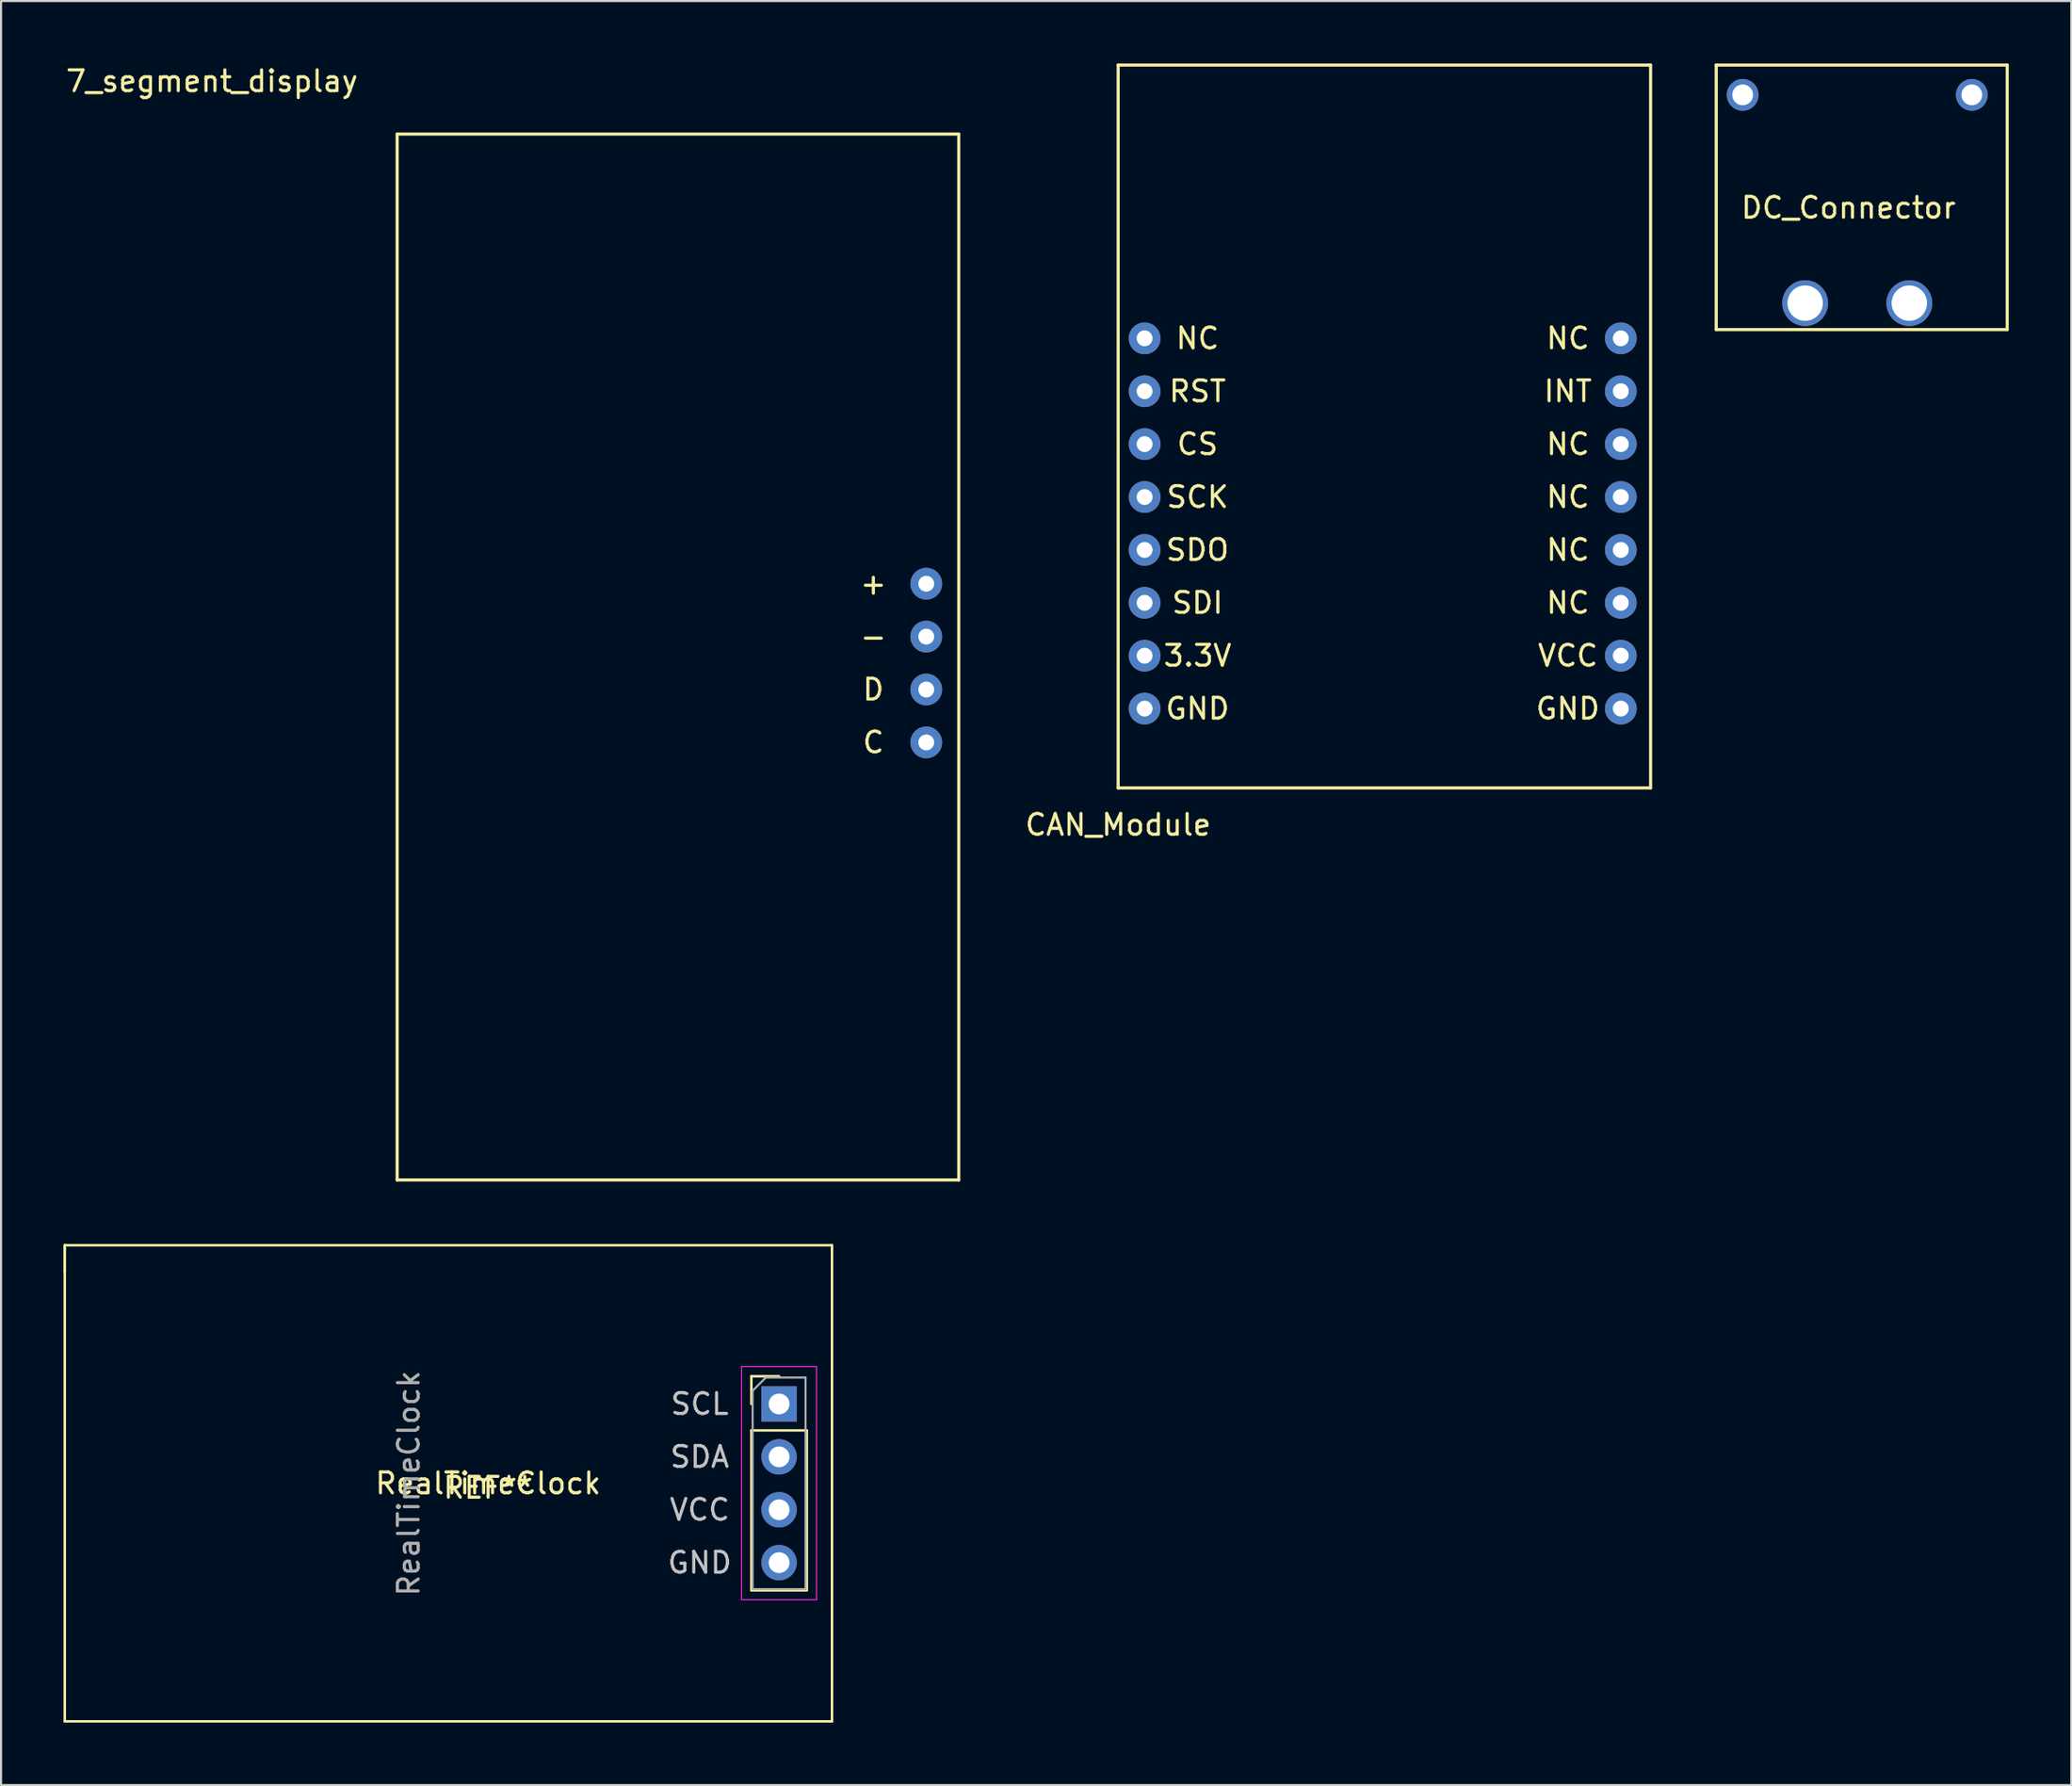
<source format=kicad_pcb>
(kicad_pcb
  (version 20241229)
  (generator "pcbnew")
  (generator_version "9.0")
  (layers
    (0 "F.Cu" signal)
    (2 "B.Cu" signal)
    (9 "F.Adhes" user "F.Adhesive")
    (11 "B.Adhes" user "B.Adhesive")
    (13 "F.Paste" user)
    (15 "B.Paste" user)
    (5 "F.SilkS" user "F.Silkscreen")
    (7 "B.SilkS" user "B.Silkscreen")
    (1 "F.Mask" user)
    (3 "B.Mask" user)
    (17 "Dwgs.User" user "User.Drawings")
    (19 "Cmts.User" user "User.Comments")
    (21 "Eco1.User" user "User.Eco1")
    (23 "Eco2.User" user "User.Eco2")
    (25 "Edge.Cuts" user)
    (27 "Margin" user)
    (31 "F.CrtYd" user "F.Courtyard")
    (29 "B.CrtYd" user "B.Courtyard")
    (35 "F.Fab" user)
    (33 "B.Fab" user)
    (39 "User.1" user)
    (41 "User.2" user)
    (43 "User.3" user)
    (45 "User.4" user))
  (footprint "7_segment_display"
    (layer "F.Cu")
    (at 16.015 3.388)
    (property "Reference" "7_segment_display" (at -8.89 -2.54 0) (layer "F.SilkS") (effects (font (size 1 1) (thickness 0.15))))
    (attr through_hole)
    (fp_line (start 0 0) (end 0 50.22) (stroke (width 0.15) (type solid)) (layer "F.SilkS"))
    (fp_line (start 0 0) (end 26.96 0) (stroke (width 0.15) (type solid)) (layer "F.SilkS"))
    (fp_line (start 0 50.22) (end 26.96 50.22) (stroke (width 0.15) (type solid)) (layer "F.SilkS"))
    (fp_line (start 26.96 0) (end 26.96 50.22) (stroke (width 0.15) (type solid)) (layer "F.SilkS"))
    (fp_text user "-" (at 22.86 24.13 0) (layer "F.SilkS") (effects (font (size 1 1) (thickness 0.15))))
    (fp_text user "D" (at 22.86 26.67 0) (layer "F.SilkS") (effects (font (size 1 1) (thickness 0.15))))
    (fp_text user "+" (at 22.86 21.59 0) (layer "F.SilkS") (effects (font (size 1 1) (thickness 0.15))))
    (fp_text user "C" (at 22.86 29.21 0) (layer "F.SilkS") (effects (font (size 1 1) (thickness 0.15))))
    (pad "1" thru_hole circle (at 25.4 21.59) (size 1.524 1.524) (drill 0.762) (layers "*.Cu" "*.Mask"))
    (pad "12" thru_hole circle (at 25.4 24.13) (size 1.524 1.524) (drill 0.762) (layers "*.Cu" "*.Mask"))
    (pad "13" thru_hole circle (at 25.4 26.67) (size 1.524 1.524) (drill 0.762) (layers "*.Cu" "*.Mask"))
    (pad "14" thru_hole circle (at 25.4 29.21) (size 1.524 1.524) (drill 0.762) (layers "*.Cu" "*.Mask")))
  (footprint "RealTimeClock"
    (layer "F.Cu")
    (at 34.35 68.173)
    (property "Reference" "RealTimeClock" (at -13.97 0 0) (layer "F.SilkS") (effects (font (size 1 1) (thickness 0.15))))
    (attr through_hole)
    (fp_line (start -34.29 -11.43) (end -34.29 -10.16) (stroke (width 0.12) (type solid)) (layer "F.SilkS"))
    (fp_line (start -34.29 -11.43) (end 2.54 -11.43) (stroke (width 0.12) (type solid)) (layer "F.SilkS"))
    (fp_line (start -34.29 -10.16) (end -34.29 -11.43) (stroke (width 0.12) (type solid)) (layer "F.SilkS"))
    (fp_line (start -34.29 11.43) (end -34.29 -10.16) (stroke (width 0.12) (type solid)) (layer "F.SilkS"))
    (fp_line (start -1.33 -5.14) (end 0 -5.14) (stroke (width 0.12) (type solid)) (layer "F.SilkS"))
    (fp_line (start -1.33 -3.81) (end -1.33 -5.14) (stroke (width 0.12) (type solid)) (layer "F.SilkS"))
    (fp_line (start -1.33 -2.54) (end -1.33 5.14) (stroke (width 0.12) (type solid)) (layer "F.SilkS"))
    (fp_line (start -1.33 -2.54) (end 1.33 -2.54) (stroke (width 0.12) (type solid)) (layer "F.SilkS"))
    (fp_line (start -1.33 5.14) (end 1.33 5.14) (stroke (width 0.12) (type solid)) (layer "F.SilkS"))
    (fp_line (start 1.33 -2.54) (end 1.33 5.14) (stroke (width 0.12) (type solid)) (layer "F.SilkS"))
    (fp_line (start 2.54 -11.43) (end 2.54 11.43) (stroke (width 0.12) (type solid)) (layer "F.SilkS"))
    (fp_line (start 2.54 11.43) (end -34.29 11.43) (stroke (width 0.12) (type solid)) (layer "F.SilkS"))
    (fp_line (start -1.8 -5.61) (end -1.8 5.59) (stroke (width 0.05) (type solid)) (layer "F.CrtYd"))
    (fp_line (start -1.8 5.59) (end 1.8 5.59) (stroke (width 0.05) (type solid)) (layer "F.CrtYd"))
    (fp_line (start 1.8 -5.61) (end -1.8 -5.61) (stroke (width 0.05) (type solid)) (layer "F.CrtYd"))
    (fp_line (start 1.8 5.59) (end 1.8 -5.61) (stroke (width 0.05) (type solid)) (layer "F.CrtYd"))
    (fp_line (start -1.27 -4.445) (end -0.635 -5.08) (stroke (width 0.1) (type solid)) (layer "F.Fab"))
    (fp_line (start -1.27 5.08) (end -1.27 -4.445) (stroke (width 0.1) (type solid)) (layer "F.Fab"))
    (fp_line (start -0.635 -5.08) (end 1.27 -5.08) (stroke (width 0.1) (type solid)) (layer "F.Fab"))
    (fp_line (start 1.27 -5.08) (end 1.27 5.08) (stroke (width 0.1) (type solid)) (layer "F.Fab"))
    (fp_line (start 1.27 5.08) (end -1.27 5.08) (stroke (width 0.1) (type solid)) (layer "F.Fab"))
    (fp_text user "REF**" (at -13.97 0.21 0) (layer "F.SilkS") (effects (font (size 1 1) (thickness 0.15))))
    (fp_text user "SDA" (at -3.81 -1.27 0) (layer "Dwgs.User") (effects (font (size 1 1) (thickness 0.15))))
    (fp_text user "SCL" (at -3.81 -3.81 0) (layer "Dwgs.User") (effects (font (size 1 1) (thickness 0.15))))
    (fp_text user "GND" (at -3.81 3.81 0) (layer "Dwgs.User") (effects (font (size 1 1) (thickness 0.15))))
    (fp_text user "VCC" (at -3.81 1.27 0) (layer "Dwgs.User") (effects (font (size 1 1) (thickness 0.15))))
    (fp_text user "${REFERENCE}" (at -17.78 0 90) (layer "F.Fab") (effects (font (size 1 1) (thickness 0.15))))
    (pad "1" thru_hole rect (at 0 -3.81) (size 1.7 1.7) (drill 1) (layers "*.Cu" "*.Mask"))
    (pad "2" thru_hole oval (at 0 -1.27) (size 1.7 1.7) (drill 1) (layers "*.Cu" "*.Mask"))
    (pad "3" thru_hole oval (at 0 1.27) (size 1.7 1.7) (drill 1) (layers "*.Cu" "*.Mask"))
    (pad "4" thru_hole oval (at 0 3.81) (size 1.7 1.7) (drill 1) (layers "*.Cu" "*.Mask")))
  (footprint "CAN_Module"
    (layer "F.Cu")
    (at 50.627 34.785)
    (property "Reference" "CAN_Module" (at 0 1.77 0) (layer "F.SilkS") (effects (font (size 1 1) (thickness 0.15))))
    (attr through_hole)
    (fp_line (start 0 -34.71) (end 25.56 -34.71) (stroke (width 0.15) (type solid)) (layer "F.SilkS"))
    (fp_line (start 0 0) (end 0 -34.71) (stroke (width 0.15) (type solid)) (layer "F.SilkS"))
    (fp_line (start 0 0) (end 25.56 0) (stroke (width 0.15) (type solid)) (layer "F.SilkS"))
    (fp_line (start 25.56 -34.71) (end 25.56 0) (stroke (width 0.15) (type solid)) (layer "F.SilkS"))
    (fp_text user "VCC" (at 21.59 -6.35 0) (layer "F.SilkS") (effects (font (size 1 1) (thickness 0.15))))
    (fp_text user "NC" (at 21.59 -13.97 0) (layer "F.SilkS") (effects (font (size 1 1) (thickness 0.15))))
    (fp_text user "NC" (at 21.59 -16.51 0) (layer "F.SilkS") (effects (font (size 1 1) (thickness 0.15))))
    (fp_text user "NC" (at 21.59 -8.89 0) (layer "F.SilkS") (effects (font (size 1 1) (thickness 0.15))))
    (fp_text user "GND" (at 21.59 -3.81 0) (layer "F.SilkS") (effects (font (size 1 1) (thickness 0.15))))
    (fp_text user "CS" (at 3.81 -16.51 0) (layer "F.SilkS") (effects (font (size 1 1) (thickness 0.15))))
    (fp_text user "NC" (at 21.59 -11.43 0) (layer "F.SilkS") (effects (font (size 1 1) (thickness 0.15))))
    (fp_text user "NC" (at 21.59 -21.59 0) (layer "F.SilkS") (effects (font (size 1 1) (thickness 0.15))))
    (fp_text user "NC" (at 3.81 -21.59 0) (layer "F.SilkS") (effects (font (size 1 1) (thickness 0.15))))
    (fp_text user "3.3V" (at 3.81 -6.35 0) (layer "F.SilkS") (effects (font (size 1 1) (thickness 0.15))))
    (fp_text user "SDO" (at 3.81 -11.43 0) (layer "F.SilkS") (effects (font (size 1 1) (thickness 0.15))))
    (fp_text user "GND" (at 3.81 -3.81 0) (layer "F.SilkS") (effects (font (size 1 1) (thickness 0.15))))
    (fp_text user "RST" (at 3.81 -19.05 0) (layer "F.SilkS") (effects (font (size 1 1) (thickness 0.15))))
    (fp_text user "SCK" (at 3.81 -13.97 0) (layer "F.SilkS") (effects (font (size 1 1) (thickness 0.15))))
    (fp_text user "INT" (at 21.59 -19.05 0) (layer "F.SilkS") (effects (font (size 1 1) (thickness 0.15))))
    (fp_text user "SDI" (at 3.81 -8.89 0) (layer "F.SilkS") (effects (font (size 1 1) (thickness 0.15))))
    (pad "17" thru_hole circle (at 1.27 -21.59) (size 1.524 1.524) (drill 0.762) (layers "*.Cu" "*.Mask"))
    (pad "18" thru_hole circle (at 24.13 -21.59) (size 1.524 1.524) (drill 0.762) (layers "*.Cu" "*.Mask"))
    (pad "19" thru_hole circle (at 1.27 -19.05) (size 1.524 1.524) (drill 0.762) (layers "*.Cu" "*.Mask"))
    (pad "19" thru_hole circle (at 24.13 -19.05) (size 1.524 1.524) (drill 0.762) (layers "*.Cu" "*.Mask"))
    (pad "110" thru_hole circle (at 1.27 -16.51) (size 1.524 1.524) (drill 0.762) (layers "*.Cu" "*.Mask"))
    (pad "110" thru_hole circle (at 24.13 -16.51) (size 1.524 1.524) (drill 0.762) (layers "*.Cu" "*.Mask"))
    (pad "111" thru_hole circle (at 1.27 -13.97) (size 1.524 1.524) (drill 0.762) (layers "*.Cu" "*.Mask"))
    (pad "111" thru_hole circle (at 24.13 -13.97) (size 1.524 1.524) (drill 0.762) (layers "*.Cu" "*.Mask"))
    (pad "112" thru_hole circle (at 1.27 -11.43) (size 1.524 1.524) (drill 0.762) (layers "*.Cu" "*.Mask"))
    (pad "112" thru_hole circle (at 24.13 -11.43) (size 1.524 1.524) (drill 0.762) (layers "*.Cu" "*.Mask"))
    (pad "113" thru_hole circle (at 1.27 -8.89) (size 1.524 1.524) (drill 0.762) (layers "*.Cu" "*.Mask"))
    (pad "113" thru_hole circle (at 24.13 -8.89) (size 1.524 1.524) (drill 0.762) (layers "*.Cu" "*.Mask"))
    (pad "114" thru_hole circle (at 1.27 -6.35) (size 1.524 1.524) (drill 0.762) (layers "*.Cu" "*.Mask"))
    (pad "114" thru_hole circle (at 24.13 -6.35) (size 1.524 1.524) (drill 0.762) (layers "*.Cu" "*.Mask"))
    (pad "115" thru_hole circle (at 1.27 -3.81) (size 1.524 1.524) (drill 0.762) (layers "*.Cu" "*.Mask"))
    (pad "115" thru_hole circle (at 24.13 -3.81) (size 1.524 1.524) (drill 0.762) (layers "*.Cu" "*.Mask")))
  (footprint "DC_Connector"
    (layer "F.Cu")
    (at 80.607 11.505)
    (property "Reference" "DC_Connector" (at 5.08 -4.58 0) (layer "F.SilkS") (effects (font (size 1 1) (thickness 0.15))))
    (attr through_hole)
    (fp_line (start -1.27 -11.43) (end 12.7 -11.43) (stroke (width 0.15) (type solid)) (layer "F.SilkS"))
    (fp_line (start -1.27 1.27) (end -1.27 -11.43) (stroke (width 0.15) (type solid)) (layer "F.SilkS"))
    (fp_line (start 12.7 -11.43) (end 12.7 1.27) (stroke (width 0.15) (type solid)) (layer "F.SilkS"))
    (fp_line (start 12.7 1.27) (end -1.27 1.27) (stroke (width 0.15) (type solid)) (layer "F.SilkS"))
    (pad "1" thru_hole circle (at 0 -10) (size 1.524 1.524) (drill 1) (layers "*.Cu" "*.Mask"))
    (pad "2" thru_hole circle (at 11 -10) (size 1.524 1.524) (drill 1) (layers "*.Cu" "*.Mask"))
    (pad "3" thru_hole circle (at 3 0) (size 2.2 2.2) (drill 1.7) (layers "*.Cu" "*.Mask"))
    (pad "4" thru_hole circle (at 8 0) (size 2.2 2.2) (drill 1.7) (layers "*.Cu" "*.Mask")))
  (gr_rect
    (start -3 -3)
    (end 96.382 82.663)
    (stroke (width 0.1) (type default))
    (fill no)
    (layer "Edge.Cuts")))
</source>
